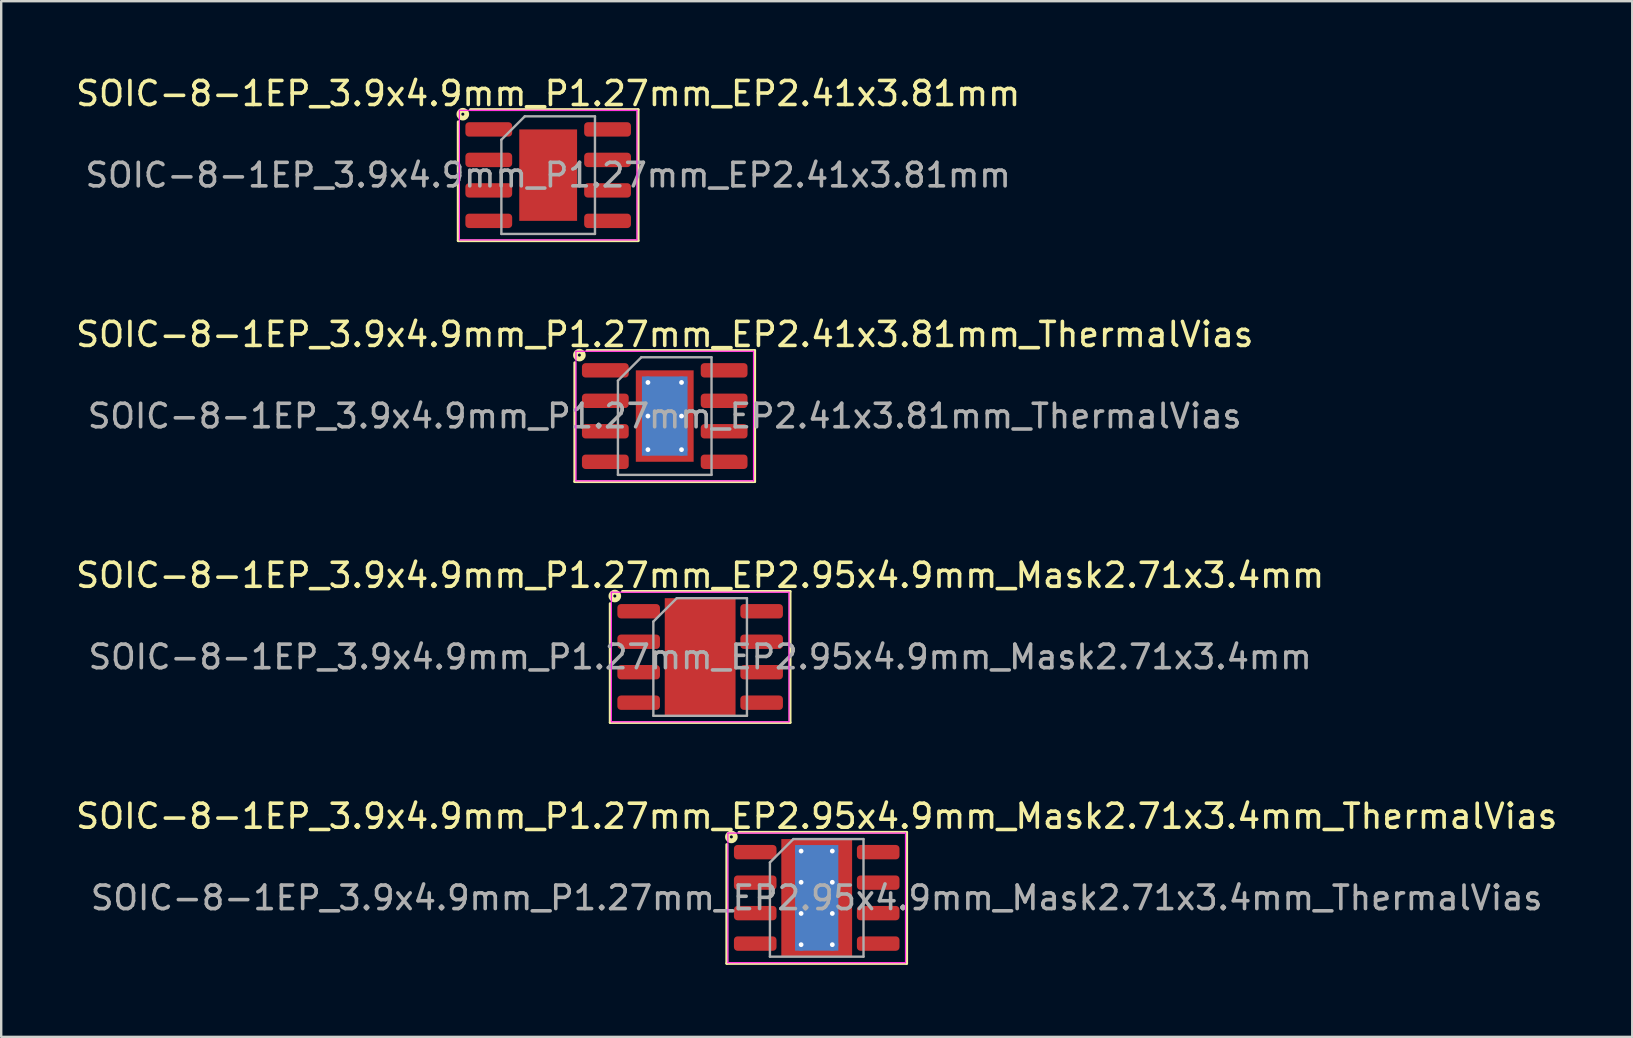
<source format=kicad_pcb>
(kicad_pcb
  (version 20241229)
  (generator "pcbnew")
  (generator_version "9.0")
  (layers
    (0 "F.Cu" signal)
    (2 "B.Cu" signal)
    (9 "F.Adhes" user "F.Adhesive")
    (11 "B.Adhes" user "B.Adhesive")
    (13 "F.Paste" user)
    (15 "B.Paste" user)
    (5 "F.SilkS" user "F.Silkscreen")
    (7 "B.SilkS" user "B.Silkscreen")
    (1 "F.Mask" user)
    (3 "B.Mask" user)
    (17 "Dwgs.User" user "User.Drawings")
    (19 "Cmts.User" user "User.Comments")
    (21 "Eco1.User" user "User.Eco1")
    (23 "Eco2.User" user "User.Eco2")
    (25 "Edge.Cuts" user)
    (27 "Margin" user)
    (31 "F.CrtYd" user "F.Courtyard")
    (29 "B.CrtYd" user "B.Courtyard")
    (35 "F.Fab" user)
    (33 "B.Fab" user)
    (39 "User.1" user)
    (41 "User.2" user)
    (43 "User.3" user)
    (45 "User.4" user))
  (footprint "SOIC-8-1EP_3.9x4.9mm_P1.27mm_EP2.41x3.81mm_ThermalVias"
    (layer "F.Cu")
    (at 24.649 14.287)
    (property "Reference" "SOIC-8-1EP_3.9x4.9mm_P1.27mm_EP2.41x3.81mm_ThermalVias" (at 0 -3.4 0) (layer "F.SilkS") (effects (font (size 1 1) (thickness 0.15))))
    (attr smd)
    (fp_line (start -3.747 -2.223) (end -3.747 2.731) (stroke (width 0.12) (type solid)) (layer "F.SilkS"))
    (fp_line (start -3.747 2.731) (end 3.747 2.731) (stroke (width 0.12) (type solid)) (layer "F.SilkS"))
    (fp_line (start 3.747 -2.731) (end -3.239 -2.731) (stroke (width 0.12) (type solid)) (layer "F.SilkS"))
    (fp_line (start 3.747 2.731) (end 3.747 -2.731) (stroke (width 0.12) (type solid)) (layer "F.SilkS"))
    (fp_circle (center -3.556 -2.54) (end -3.493 -2.54) (stroke (width 0.2) (type solid)) (fill no) (layer "F.SilkS"))
    (fp_line (start -3.7 -2.7) (end -3.7 2.7) (stroke (width 0.05) (type solid)) (layer "F.CrtYd"))
    (fp_line (start -3.7 2.7) (end 3.7 2.7) (stroke (width 0.05) (type solid)) (layer "F.CrtYd"))
    (fp_line (start 3.7 -2.7) (end -3.7 -2.7) (stroke (width 0.05) (type solid)) (layer "F.CrtYd"))
    (fp_line (start 3.7 2.7) (end 3.7 -2.7) (stroke (width 0.05) (type solid)) (layer "F.CrtYd"))
    (fp_line (start -1.95 -1.475) (end -0.975 -2.45) (stroke (width 0.1) (type solid)) (layer "F.Fab"))
    (fp_line (start -1.95 2.45) (end -1.95 -1.475) (stroke (width 0.1) (type solid)) (layer "F.Fab"))
    (fp_line (start -0.975 -2.45) (end 1.95 -2.45) (stroke (width 0.1) (type solid)) (layer "F.Fab"))
    (fp_line (start 1.95 -2.45) (end 1.95 2.45) (stroke (width 0.1) (type solid)) (layer "F.Fab"))
    (fp_line (start 1.95 2.45) (end -1.95 2.45) (stroke (width 0.1) (type solid)) (layer "F.Fab"))
    (fp_text user "${REFERENCE}" (at 0 0 0) (layer "F.Fab") (effects (font (size 0.98 0.98) (thickness 0.15))))
    (pad "" smd roundrect (at -0.6 -0.95) (size 1.01 1.59) (layers "F.Paste") (roundrect_rratio 0.248))
    (pad "" smd roundrect (at -0.6 0.95) (size 1.01 1.59) (layers "F.Paste") (roundrect_rratio 0.248))
    (pad "" smd roundrect (at 0.6 -0.95) (size 1.01 1.59) (layers "F.Paste") (roundrect_rratio 0.248))
    (pad "" smd roundrect (at 0.6 0.95) (size 1.01 1.59) (layers "F.Paste") (roundrect_rratio 0.248))
    (pad "1" smd roundrect (at -2.475 -1.905) (size 1.95 0.6) (layers "F.Cu" "F.Mask" "F.Paste") (roundrect_rratio 0.25))
    (pad "2" smd roundrect (at -2.475 -0.635) (size 1.95 0.6) (layers "F.Cu" "F.Mask" "F.Paste") (roundrect_rratio 0.25))
    (pad "3" smd roundrect (at -2.475 0.635) (size 1.95 0.6) (layers "F.Cu" "F.Mask" "F.Paste") (roundrect_rratio 0.25))
    (pad "4" smd roundrect (at -2.475 1.905) (size 1.95 0.6) (layers "F.Cu" "F.Mask" "F.Paste") (roundrect_rratio 0.25))
    (pad "5" smd roundrect (at 2.475 1.905) (size 1.95 0.6) (layers "F.Cu" "F.Mask" "F.Paste") (roundrect_rratio 0.25))
    (pad "6" smd roundrect (at 2.475 0.635) (size 1.95 0.6) (layers "F.Cu" "F.Mask" "F.Paste") (roundrect_rratio 0.25))
    (pad "7" smd roundrect (at 2.475 -0.635) (size 1.95 0.6) (layers "F.Cu" "F.Mask" "F.Paste") (roundrect_rratio 0.25))
    (pad "8" smd roundrect (at 2.475 -1.905) (size 1.95 0.6) (layers "F.Cu" "F.Mask" "F.Paste") (roundrect_rratio 0.25))
    (pad "9" thru_hole circle (at -0.7 -1.4) (size 0.5 0.5) (drill 0.2) (layers "*.Cu"))
    (pad "9" thru_hole circle (at -0.7 0) (size 0.5 0.5) (drill 0.2) (layers "*.Cu"))
    (pad "9" thru_hole circle (at -0.7 1.4) (size 0.5 0.5) (drill 0.2) (layers "*.Cu"))
    (pad "9" smd rect (at 0 0) (size 1.9 3.3) (layers "B.Cu" "B.Mask"))
    (pad "9" smd rect (at 0 0) (size 2.41 3.81) (layers "F.Cu" "F.Mask"))
    (pad "9" thru_hole circle (at 0.7 -1.4) (size 0.5 0.5) (drill 0.2) (layers "*.Cu"))
    (pad "9" thru_hole circle (at 0.7 0) (size 0.5 0.5) (drill 0.2) (layers "*.Cu"))
    (pad "9" thru_hole circle (at 0.7 1.4) (size 0.5 0.5) (drill 0.2) (layers "*.Cu")))
  (footprint "SOIC-8-1EP_3.9x4.9mm_P1.27mm_EP2.95x4.9mm_Mask2.71x3.4mm"
    (layer "F.Cu")
    (at 26.125 24.326)
    (property "Reference" "SOIC-8-1EP_3.9x4.9mm_P1.27mm_EP2.95x4.9mm_Mask2.71x3.4mm" (at 0 -3.4 0) (layer "F.SilkS") (effects (font (size 1 1) (thickness 0.15))))
    (attr smd)
    (fp_line (start -3.747 -2.223) (end -3.747 2.731) (stroke (width 0.12) (type solid)) (layer "F.SilkS"))
    (fp_line (start -3.747 2.731) (end 3.747 2.731) (stroke (width 0.12) (type solid)) (layer "F.SilkS"))
    (fp_line (start 3.747 -2.731) (end -3.239 -2.731) (stroke (width 0.12) (type solid)) (layer "F.SilkS"))
    (fp_line (start 3.747 2.731) (end 3.747 -2.731) (stroke (width 0.12) (type solid)) (layer "F.SilkS"))
    (fp_circle (center -3.556 -2.54) (end -3.493 -2.54) (stroke (width 0.2) (type solid)) (fill no) (layer "F.SilkS"))
    (fp_line (start -3.7 -2.7) (end -3.7 2.7) (stroke (width 0.05) (type solid)) (layer "F.CrtYd"))
    (fp_line (start -3.7 2.7) (end 3.7 2.7) (stroke (width 0.05) (type solid)) (layer "F.CrtYd"))
    (fp_line (start 3.7 -2.7) (end -3.7 -2.7) (stroke (width 0.05) (type solid)) (layer "F.CrtYd"))
    (fp_line (start 3.7 2.7) (end 3.7 -2.7) (stroke (width 0.05) (type solid)) (layer "F.CrtYd"))
    (fp_line (start -1.95 -1.475) (end -0.975 -2.45) (stroke (width 0.1) (type solid)) (layer "F.Fab"))
    (fp_line (start -1.95 2.45) (end -1.95 -1.475) (stroke (width 0.1) (type solid)) (layer "F.Fab"))
    (fp_line (start -0.975 -2.45) (end 1.95 -2.45) (stroke (width 0.1) (type solid)) (layer "F.Fab"))
    (fp_line (start 1.95 -2.45) (end 1.95 2.45) (stroke (width 0.1) (type solid)) (layer "F.Fab"))
    (fp_line (start 1.95 2.45) (end -1.95 2.45) (stroke (width 0.1) (type solid)) (layer "F.Fab"))
    (fp_text user "${REFERENCE}" (at 0 0 0) (layer "F.Fab") (effects (font (size 0.98 0.98) (thickness 0.15))))
    (pad "" smd roundrect (at -0.68 -0.85) (size 1.09 1.37) (layers "F.Paste") (roundrect_rratio 0.229))
    (pad "" smd roundrect (at -0.68 0.85) (size 1.09 1.37) (layers "F.Paste") (roundrect_rratio 0.229))
    (pad "" smd rect (at 0 0) (size 2.71 3.4) (layers "F.Mask"))
    (pad "" smd roundrect (at 0.68 -0.85) (size 1.09 1.37) (layers "F.Paste") (roundrect_rratio 0.229))
    (pad "" smd roundrect (at 0.68 0.85) (size 1.09 1.37) (layers "F.Paste") (roundrect_rratio 0.229))
    (pad "1" smd roundrect (at -2.562 -1.905) (size 1.775 0.6) (layers "F.Cu" "F.Mask" "F.Paste") (roundrect_rratio 0.25))
    (pad "2" smd roundrect (at -2.562 -0.635) (size 1.775 0.6) (layers "F.Cu" "F.Mask" "F.Paste") (roundrect_rratio 0.25))
    (pad "3" smd roundrect (at -2.562 0.635) (size 1.775 0.6) (layers "F.Cu" "F.Mask" "F.Paste") (roundrect_rratio 0.25))
    (pad "4" smd roundrect (at -2.562 1.905) (size 1.775 0.6) (layers "F.Cu" "F.Mask" "F.Paste") (roundrect_rratio 0.25))
    (pad "5" smd roundrect (at 2.562 1.905) (size 1.775 0.6) (layers "F.Cu" "F.Mask" "F.Paste") (roundrect_rratio 0.25))
    (pad "6" smd roundrect (at 2.562 0.635) (size 1.775 0.6) (layers "F.Cu" "F.Mask" "F.Paste") (roundrect_rratio 0.25))
    (pad "7" smd roundrect (at 2.562 -0.635) (size 1.775 0.6) (layers "F.Cu" "F.Mask" "F.Paste") (roundrect_rratio 0.25))
    (pad "8" smd roundrect (at 2.562 -1.905) (size 1.775 0.6) (layers "F.Cu" "F.Mask" "F.Paste") (roundrect_rratio 0.25))
    (pad "9" smd rect (at 0 0) (size 2.95 4.9) (layers "F.Cu")))
  (footprint "SOIC-8-1EP_3.9x4.9mm_P1.27mm_EP2.95x4.9mm_Mask2.71x3.4mm_ThermalVias"
    (layer "F.Cu")
    (at 30.982 34.364)
    (property "Reference" "SOIC-8-1EP_3.9x4.9mm_P1.27mm_EP2.95x4.9mm_Mask2.71x3.4mm_ThermalVias" (at 0 -3.4 0) (layer "F.SilkS") (effects (font (size 1 1) (thickness 0.15))))
    (attr smd)
    (fp_line (start -3.747 -2.223) (end -3.747 2.731) (stroke (width 0.12) (type solid)) (layer "F.SilkS"))
    (fp_line (start -3.747 2.731) (end 3.747 2.731) (stroke (width 0.12) (type solid)) (layer "F.SilkS"))
    (fp_line (start 3.747 -2.731) (end -3.239 -2.731) (stroke (width 0.12) (type solid)) (layer "F.SilkS"))
    (fp_line (start 3.747 2.731) (end 3.747 -2.731) (stroke (width 0.12) (type solid)) (layer "F.SilkS"))
    (fp_circle (center -3.556 -2.54) (end -3.493 -2.54) (stroke (width 0.2) (type solid)) (fill no) (layer "F.SilkS"))
    (fp_line (start -3.7 -2.7) (end -3.7 2.7) (stroke (width 0.05) (type solid)) (layer "F.CrtYd"))
    (fp_line (start -3.7 2.7) (end 3.7 2.7) (stroke (width 0.05) (type solid)) (layer "F.CrtYd"))
    (fp_line (start 3.7 -2.7) (end -3.7 -2.7) (stroke (width 0.05) (type solid)) (layer "F.CrtYd"))
    (fp_line (start 3.7 2.7) (end 3.7 -2.7) (stroke (width 0.05) (type solid)) (layer "F.CrtYd"))
    (fp_line (start -1.95 -1.475) (end -0.975 -2.45) (stroke (width 0.1) (type solid)) (layer "F.Fab"))
    (fp_line (start -1.95 2.45) (end -1.95 -1.475) (stroke (width 0.1) (type solid)) (layer "F.Fab"))
    (fp_line (start -0.975 -2.45) (end 1.95 -2.45) (stroke (width 0.1) (type solid)) (layer "F.Fab"))
    (fp_line (start 1.95 -2.45) (end 1.95 2.45) (stroke (width 0.1) (type solid)) (layer "F.Fab"))
    (fp_line (start 1.95 2.45) (end -1.95 2.45) (stroke (width 0.1) (type solid)) (layer "F.Fab"))
    (fp_text user "${REFERENCE}" (at 0 0 0) (layer "F.Fab") (effects (font (size 0.98 0.98) (thickness 0.15))))
    (pad "" smd roundrect (at -0.68 -0.85) (size 1.13 1.42) (layers "F.Paste") (roundrect_rratio 0.221))
    (pad "" smd roundrect (at -0.68 0.85) (size 1.13 1.42) (layers "F.Paste") (roundrect_rratio 0.221))
    (pad "" smd rect (at 0 0) (size 2.71 3.4) (layers "F.Mask"))
    (pad "" smd roundrect (at 0.68 -0.85) (size 1.13 1.42) (layers "F.Paste") (roundrect_rratio 0.221))
    (pad "" smd roundrect (at 0.68 0.85) (size 1.13 1.42) (layers "F.Paste") (roundrect_rratio 0.221))
    (pad "1" smd roundrect (at -2.562 -1.905) (size 1.775 0.6) (layers "F.Cu" "F.Mask" "F.Paste") (roundrect_rratio 0.25))
    (pad "2" smd roundrect (at -2.562 -0.635) (size 1.775 0.6) (layers "F.Cu" "F.Mask" "F.Paste") (roundrect_rratio 0.25))
    (pad "3" smd roundrect (at -2.562 0.635) (size 1.775 0.6) (layers "F.Cu" "F.Mask" "F.Paste") (roundrect_rratio 0.25))
    (pad "4" smd roundrect (at -2.562 1.905) (size 1.775 0.6) (layers "F.Cu" "F.Mask" "F.Paste") (roundrect_rratio 0.25))
    (pad "5" smd roundrect (at 2.562 1.905) (size 1.775 0.6) (layers "F.Cu" "F.Mask" "F.Paste") (roundrect_rratio 0.25))
    (pad "6" smd roundrect (at 2.562 0.635) (size 1.775 0.6) (layers "F.Cu" "F.Mask" "F.Paste") (roundrect_rratio 0.25))
    (pad "7" smd roundrect (at 2.562 -0.635) (size 1.775 0.6) (layers "F.Cu" "F.Mask" "F.Paste") (roundrect_rratio 0.25))
    (pad "8" smd roundrect (at 2.562 -1.905) (size 1.775 0.6) (layers "F.Cu" "F.Mask" "F.Paste") (roundrect_rratio 0.25))
    (pad "9" thru_hole circle (at -0.65 -1.95) (size 0.5 0.5) (drill 0.2) (layers "*.Cu"))
    (pad "9" thru_hole circle (at -0.65 -0.65) (size 0.5 0.5) (drill 0.2) (layers "*.Cu"))
    (pad "9" thru_hole circle (at -0.65 0.65) (size 0.5 0.5) (drill 0.2) (layers "*.Cu"))
    (pad "9" thru_hole circle (at -0.65 1.95) (size 0.5 0.5) (drill 0.2) (layers "*.Cu"))
    (pad "9" smd rect (at 0 0) (size 1.8 4.4) (layers "B.Cu" "B.Mask"))
    (pad "9" smd rect (at 0 0) (size 2.95 4.9) (layers "F.Cu"))
    (pad "9" thru_hole circle (at 0.65 -1.95) (size 0.5 0.5) (drill 0.2) (layers "*.Cu"))
    (pad "9" thru_hole circle (at 0.65 -0.65) (size 0.5 0.5) (drill 0.2) (layers "*.Cu"))
    (pad "9" thru_hole circle (at 0.65 0.65) (size 0.5 0.5) (drill 0.2) (layers "*.Cu"))
    (pad "9" thru_hole circle (at 0.65 1.95) (size 0.5 0.5) (drill 0.2) (layers "*.Cu")))
  (footprint "SOIC-8-1EP_3.9x4.9mm_P1.27mm_EP2.41x3.81mm"
    (layer "F.Cu")
    (at 19.792 4.248)
    (property "Reference" "SOIC-8-1EP_3.9x4.9mm_P1.27mm_EP2.41x3.81mm" (at 0 -3.4 0) (layer "F.SilkS") (effects (font (size 1 1) (thickness 0.15))))
    (attr smd)
    (fp_line (start -3.747 -2.223) (end -3.747 2.731) (stroke (width 0.12) (type solid)) (layer "F.SilkS"))
    (fp_line (start -3.747 2.731) (end 3.747 2.731) (stroke (width 0.12) (type solid)) (layer "F.SilkS"))
    (fp_line (start 3.747 -2.731) (end -3.239 -2.731) (stroke (width 0.12) (type solid)) (layer "F.SilkS"))
    (fp_line (start 3.747 2.731) (end 3.747 -2.731) (stroke (width 0.12) (type solid)) (layer "F.SilkS"))
    (fp_circle (center -3.556 -2.54) (end -3.493 -2.54) (stroke (width 0.2) (type solid)) (fill no) (layer "F.SilkS"))
    (fp_line (start -3.7 -2.7) (end -3.7 2.7) (stroke (width 0.05) (type solid)) (layer "F.CrtYd"))
    (fp_line (start -3.7 2.7) (end 3.7 2.7) (stroke (width 0.05) (type solid)) (layer "F.CrtYd"))
    (fp_line (start 3.7 -2.7) (end -3.7 -2.7) (stroke (width 0.05) (type solid)) (layer "F.CrtYd"))
    (fp_line (start 3.7 2.7) (end 3.7 -2.7) (stroke (width 0.05) (type solid)) (layer "F.CrtYd"))
    (fp_line (start -1.95 -1.475) (end -0.975 -2.45) (stroke (width 0.1) (type solid)) (layer "F.Fab"))
    (fp_line (start -1.95 2.45) (end -1.95 -1.475) (stroke (width 0.1) (type solid)) (layer "F.Fab"))
    (fp_line (start -0.975 -2.45) (end 1.95 -2.45) (stroke (width 0.1) (type solid)) (layer "F.Fab"))
    (fp_line (start 1.95 -2.45) (end 1.95 2.45) (stroke (width 0.1) (type solid)) (layer "F.Fab"))
    (fp_line (start 1.95 2.45) (end -1.95 2.45) (stroke (width 0.1) (type solid)) (layer "F.Fab"))
    (fp_text user "${REFERENCE}" (at 0 0 0) (layer "F.Fab") (effects (font (size 0.98 0.98) (thickness 0.15))))
    (pad "" smd roundrect (at -0.6 -0.95) (size 0.97 1.54) (layers "F.Paste") (roundrect_rratio 0.25))
    (pad "" smd roundrect (at -0.6 0.95) (size 0.97 1.54) (layers "F.Paste") (roundrect_rratio 0.25))
    (pad "" smd roundrect (at 0.6 -0.95) (size 0.97 1.54) (layers "F.Paste") (roundrect_rratio 0.25))
    (pad "" smd roundrect (at 0.6 0.95) (size 0.97 1.54) (layers "F.Paste") (roundrect_rratio 0.25))
    (pad "1" smd roundrect (at -2.475 -1.905) (size 1.95 0.6) (layers "F.Cu" "F.Mask" "F.Paste") (roundrect_rratio 0.25))
    (pad "2" smd roundrect (at -2.475 -0.635) (size 1.95 0.6) (layers "F.Cu" "F.Mask" "F.Paste") (roundrect_rratio 0.25))
    (pad "3" smd roundrect (at -2.475 0.635) (size 1.95 0.6) (layers "F.Cu" "F.Mask" "F.Paste") (roundrect_rratio 0.25))
    (pad "4" smd roundrect (at -2.475 1.905) (size 1.95 0.6) (layers "F.Cu" "F.Mask" "F.Paste") (roundrect_rratio 0.25))
    (pad "5" smd roundrect (at 2.475 1.905) (size 1.95 0.6) (layers "F.Cu" "F.Mask" "F.Paste") (roundrect_rratio 0.25))
    (pad "6" smd roundrect (at 2.475 0.635) (size 1.95 0.6) (layers "F.Cu" "F.Mask" "F.Paste") (roundrect_rratio 0.25))
    (pad "7" smd roundrect (at 2.475 -0.635) (size 1.95 0.6) (layers "F.Cu" "F.Mask" "F.Paste") (roundrect_rratio 0.25))
    (pad "8" smd roundrect (at 2.475 -1.905) (size 1.95 0.6) (layers "F.Cu" "F.Mask" "F.Paste") (roundrect_rratio 0.25))
    (pad "9" smd rect (at 0 0) (size 2.41 3.81) (layers "F.Cu" "F.Mask")))
  (gr_rect
    (start -3 -3)
    (end 64.964 40.155)
    (stroke (width 0.1) (type default))
    (fill no)
    (layer "Edge.Cuts")))
</source>
